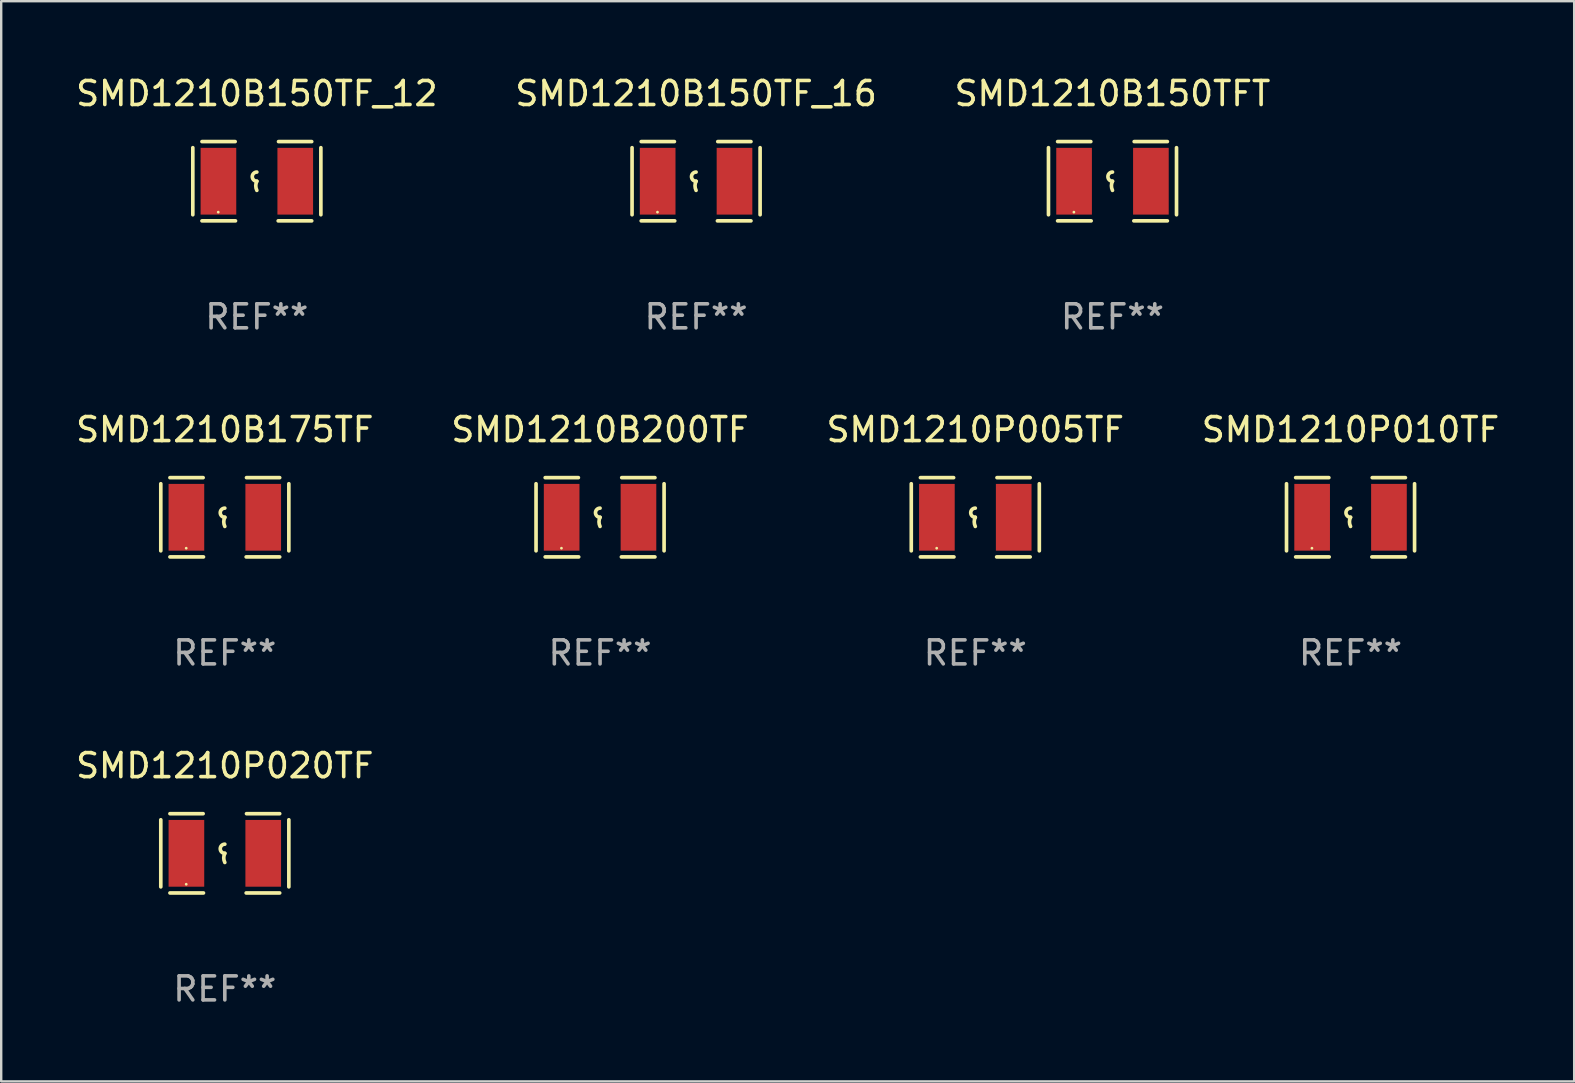
<source format=kicad_pcb>
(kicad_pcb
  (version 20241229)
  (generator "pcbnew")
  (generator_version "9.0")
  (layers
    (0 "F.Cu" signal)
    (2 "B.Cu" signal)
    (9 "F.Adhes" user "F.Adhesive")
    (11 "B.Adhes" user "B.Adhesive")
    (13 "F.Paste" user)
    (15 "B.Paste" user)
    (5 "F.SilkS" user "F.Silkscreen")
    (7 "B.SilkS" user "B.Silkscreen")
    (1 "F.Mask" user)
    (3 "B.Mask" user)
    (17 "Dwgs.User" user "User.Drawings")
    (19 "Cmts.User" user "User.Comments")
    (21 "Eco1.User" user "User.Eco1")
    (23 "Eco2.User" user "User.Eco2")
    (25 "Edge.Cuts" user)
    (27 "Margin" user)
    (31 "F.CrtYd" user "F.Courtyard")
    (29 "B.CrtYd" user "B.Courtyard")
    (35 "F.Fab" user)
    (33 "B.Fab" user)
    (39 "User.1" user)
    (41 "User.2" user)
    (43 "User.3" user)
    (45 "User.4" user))
  (footprint "SMD1210P010TF"
    (layer "F.Cu")
    (at 53.208 18.498)
    (property "Reference" "SMD1210P010TF" (at 0 -3.651 0) (layer "F.SilkS") (effects (font (size 1 1) (thickness 0.15))))
    (attr through_hole)
    (fp_line (start -2.667 -1.397) (end -2.667 1.397) (stroke (width 0.152) (type solid)) (layer "F.SilkS"))
    (fp_line (start -2.286 -1.651) (end -0.903 -1.651) (stroke (width 0.152) (type solid)) (layer "F.SilkS"))
    (fp_line (start -0.889 1.651) (end -2.286 1.651) (stroke (width 0.152) (type solid)) (layer "F.SilkS"))
    (fp_line (start 0.889 1.651) (end 2.286 1.651) (stroke (width 0.152) (type solid)) (layer "F.SilkS"))
    (fp_line (start 2.286 -1.651) (end 0.903 -1.651) (stroke (width 0.152) (type solid)) (layer "F.SilkS"))
    (fp_line (start 2.667 -1.397) (end 2.667 1.397) (stroke (width 0.152) (type solid)) (layer "F.SilkS"))
    (fp_arc (start 0 0) (mid -0.1905 -0.1905) (end 0 -0.381) (stroke (width 0.151994) (type solid)) (layer "F.SilkS"))
    (fp_arc (start 0 0.381001) (mid -0.044971 0.1905) (end 0 0) (stroke (width 0.151994) (type solid)) (layer "F.SilkS"))
    (fp_circle (center -1.608 1.288) (end -1.578 1.288) (stroke (width 0.06) (type solid)) (fill no) (layer "F.SilkS"))
    (fp_text user "REF**" (at 0 5.651 0) (layer "F.Fab") (effects (font (size 1 1) (thickness 0.15))))
    (pad "1" smd rect (at -1.6 0) (size 1.485 2.781) (layers "F.Cu" "F.Mask" "F.Paste"))
    (pad "2" smd rect (at 1.6 0) (size 1.485 2.781) (layers "F.Cu" "F.Mask" "F.Paste")))
  (footprint "SMD1210P020TF"
    (layer "F.Cu")
    (at 6.315 32.496)
    (property "Reference" "SMD1210P020TF" (at 0 -3.651 0) (layer "F.SilkS") (effects (font (size 1 1) (thickness 0.15))))
    (attr through_hole)
    (fp_line (start -2.667 -1.397) (end -2.667 1.397) (stroke (width 0.152) (type solid)) (layer "F.SilkS"))
    (fp_line (start -2.286 -1.651) (end -0.903 -1.651) (stroke (width 0.152) (type solid)) (layer "F.SilkS"))
    (fp_line (start -0.889 1.651) (end -2.286 1.651) (stroke (width 0.152) (type solid)) (layer "F.SilkS"))
    (fp_line (start 0.889 1.651) (end 2.286 1.651) (stroke (width 0.152) (type solid)) (layer "F.SilkS"))
    (fp_line (start 2.286 -1.651) (end 0.903 -1.651) (stroke (width 0.152) (type solid)) (layer "F.SilkS"))
    (fp_line (start 2.667 -1.397) (end 2.667 1.397) (stroke (width 0.152) (type solid)) (layer "F.SilkS"))
    (fp_arc (start 0 0) (mid -0.1905 -0.1905) (end 0 -0.381) (stroke (width 0.151994) (type solid)) (layer "F.SilkS"))
    (fp_arc (start 0 0.381001) (mid -0.044971 0.1905) (end 0 0) (stroke (width 0.151994) (type solid)) (layer "F.SilkS"))
    (fp_circle (center -1.608 1.288) (end -1.578 1.288) (stroke (width 0.06) (type solid)) (fill no) (layer "F.SilkS"))
    (fp_text user "REF**" (at 0 5.651 0) (layer "F.Fab") (effects (font (size 1 1) (thickness 0.15))))
    (pad "1" smd rect (at -1.6 0) (size 1.485 2.781) (layers "F.Cu" "F.Mask" "F.Paste"))
    (pad "2" smd rect (at 1.6 0) (size 1.485 2.781) (layers "F.Cu" "F.Mask" "F.Paste")))
  (footprint "SMD1210B150TF_16"
    (layer "F.Cu")
    (at 25.946 4.499)
    (property "Reference" "SMD1210B150TF_16" (at 0 -3.651 0) (layer "F.SilkS") (effects (font (size 1 1) (thickness 0.15))))
    (attr through_hole)
    (fp_line (start -2.667 -1.397) (end -2.667 1.397) (stroke (width 0.152) (type solid)) (layer "F.SilkS"))
    (fp_line (start -2.286 -1.651) (end -0.903 -1.651) (stroke (width 0.152) (type solid)) (layer "F.SilkS"))
    (fp_line (start -0.889 1.651) (end -2.286 1.651) (stroke (width 0.152) (type solid)) (layer "F.SilkS"))
    (fp_line (start 0.889 1.651) (end 2.286 1.651) (stroke (width 0.152) (type solid)) (layer "F.SilkS"))
    (fp_line (start 2.286 -1.651) (end 0.903 -1.651) (stroke (width 0.152) (type solid)) (layer "F.SilkS"))
    (fp_line (start 2.667 -1.397) (end 2.667 1.397) (stroke (width 0.152) (type solid)) (layer "F.SilkS"))
    (fp_arc (start 0 0) (mid -0.1905 -0.1905) (end 0 -0.381) (stroke (width 0.151994) (type solid)) (layer "F.SilkS"))
    (fp_arc (start 0 0.381001) (mid -0.044971 0.1905) (end 0 0) (stroke (width 0.151994) (type solid)) (layer "F.SilkS"))
    (fp_circle (center -1.608 1.288) (end -1.578 1.288) (stroke (width 0.06) (type solid)) (fill no) (layer "F.SilkS"))
    (fp_text user "REF**" (at 0 5.651 0) (layer "F.Fab") (effects (font (size 1 1) (thickness 0.15))))
    (pad "1" smd rect (at -1.6 0) (size 1.485 2.781) (layers "F.Cu" "F.Mask" "F.Paste"))
    (pad "2" smd rect (at 1.6 0) (size 1.485 2.781) (layers "F.Cu" "F.Mask" "F.Paste")))
  (footprint "SMD1210B150TF_12"
    (layer "F.Cu")
    (at 7.649 4.499)
    (property "Reference" "SMD1210B150TF_12" (at 0 -3.651 0) (layer "F.SilkS") (effects (font (size 1 1) (thickness 0.15))))
    (attr through_hole)
    (fp_line (start -2.667 -1.397) (end -2.667 1.397) (stroke (width 0.152) (type solid)) (layer "F.SilkS"))
    (fp_line (start -2.286 -1.651) (end -0.903 -1.651) (stroke (width 0.152) (type solid)) (layer "F.SilkS"))
    (fp_line (start -0.889 1.651) (end -2.286 1.651) (stroke (width 0.152) (type solid)) (layer "F.SilkS"))
    (fp_line (start 0.889 1.651) (end 2.286 1.651) (stroke (width 0.152) (type solid)) (layer "F.SilkS"))
    (fp_line (start 2.286 -1.651) (end 0.903 -1.651) (stroke (width 0.152) (type solid)) (layer "F.SilkS"))
    (fp_line (start 2.667 -1.397) (end 2.667 1.397) (stroke (width 0.152) (type solid)) (layer "F.SilkS"))
    (fp_arc (start 0 0) (mid -0.1905 -0.1905) (end 0 -0.381) (stroke (width 0.151994) (type solid)) (layer "F.SilkS"))
    (fp_arc (start 0 0.381001) (mid -0.044971 0.1905) (end 0 0) (stroke (width 0.151994) (type solid)) (layer "F.SilkS"))
    (fp_circle (center -1.608 1.288) (end -1.578 1.288) (stroke (width 0.06) (type solid)) (fill no) (layer "F.SilkS"))
    (fp_text user "REF**" (at 0 5.651 0) (layer "F.Fab") (effects (font (size 1 1) (thickness 0.15))))
    (pad "1" smd rect (at -1.6 0) (size 1.485 2.781) (layers "F.Cu" "F.Mask" "F.Paste"))
    (pad "2" smd rect (at 1.6 0) (size 1.485 2.781) (layers "F.Cu" "F.Mask" "F.Paste")))
  (footprint "SMD1210B200TF"
    (layer "F.Cu")
    (at 21.946 18.498)
    (property "Reference" "SMD1210B200TF" (at 0 -3.651 0) (layer "F.SilkS") (effects (font (size 1 1) (thickness 0.15))))
    (attr through_hole)
    (fp_line (start -2.667 -1.397) (end -2.667 1.397) (stroke (width 0.152) (type solid)) (layer "F.SilkS"))
    (fp_line (start -2.286 -1.651) (end -0.903 -1.651) (stroke (width 0.152) (type solid)) (layer "F.SilkS"))
    (fp_line (start -0.889 1.651) (end -2.286 1.651) (stroke (width 0.152) (type solid)) (layer "F.SilkS"))
    (fp_line (start 0.889 1.651) (end 2.286 1.651) (stroke (width 0.152) (type solid)) (layer "F.SilkS"))
    (fp_line (start 2.286 -1.651) (end 0.903 -1.651) (stroke (width 0.152) (type solid)) (layer "F.SilkS"))
    (fp_line (start 2.667 -1.397) (end 2.667 1.397) (stroke (width 0.152) (type solid)) (layer "F.SilkS"))
    (fp_arc (start 0 0) (mid -0.1905 -0.1905) (end 0 -0.381) (stroke (width 0.151994) (type solid)) (layer "F.SilkS"))
    (fp_arc (start 0 0.381001) (mid -0.044971 0.1905) (end 0 0) (stroke (width 0.151994) (type solid)) (layer "F.SilkS"))
    (fp_circle (center -1.608 1.288) (end -1.578 1.288) (stroke (width 0.06) (type solid)) (fill no) (layer "F.SilkS"))
    (fp_text user "REF**" (at 0 5.651 0) (layer "F.Fab") (effects (font (size 1 1) (thickness 0.15))))
    (pad "1" smd rect (at -1.6 0) (size 1.485 2.781) (layers "F.Cu" "F.Mask" "F.Paste"))
    (pad "2" smd rect (at 1.6 0) (size 1.485 2.781) (layers "F.Cu" "F.Mask" "F.Paste")))
  (footprint "SMD1210P005TF"
    (layer "F.Cu")
    (at 37.577 18.498)
    (property "Reference" "SMD1210P005TF" (at 0 -3.651 0) (layer "F.SilkS") (effects (font (size 1 1) (thickness 0.15))))
    (attr through_hole)
    (fp_line (start -2.667 -1.397) (end -2.667 1.397) (stroke (width 0.152) (type solid)) (layer "F.SilkS"))
    (fp_line (start -2.286 -1.651) (end -0.903 -1.651) (stroke (width 0.152) (type solid)) (layer "F.SilkS"))
    (fp_line (start -0.889 1.651) (end -2.286 1.651) (stroke (width 0.152) (type solid)) (layer "F.SilkS"))
    (fp_line (start 0.889 1.651) (end 2.286 1.651) (stroke (width 0.152) (type solid)) (layer "F.SilkS"))
    (fp_line (start 2.286 -1.651) (end 0.903 -1.651) (stroke (width 0.152) (type solid)) (layer "F.SilkS"))
    (fp_line (start 2.667 -1.397) (end 2.667 1.397) (stroke (width 0.152) (type solid)) (layer "F.SilkS"))
    (fp_arc (start 0 0) (mid -0.1905 -0.1905) (end 0 -0.381) (stroke (width 0.151994) (type solid)) (layer "F.SilkS"))
    (fp_arc (start 0 0.381001) (mid -0.044971 0.1905) (end 0 0) (stroke (width 0.151994) (type solid)) (layer "F.SilkS"))
    (fp_circle (center -1.608 1.288) (end -1.578 1.288) (stroke (width 0.06) (type solid)) (fill no) (layer "F.SilkS"))
    (fp_text user "REF**" (at 0 5.651 0) (layer "F.Fab") (effects (font (size 1 1) (thickness 0.15))))
    (pad "1" smd rect (at -1.6 0) (size 1.485 2.781) (layers "F.Cu" "F.Mask" "F.Paste"))
    (pad "2" smd rect (at 1.6 0) (size 1.485 2.781) (layers "F.Cu" "F.Mask" "F.Paste")))
  (footprint "SMD1210B175TF"
    (layer "F.Cu")
    (at 6.315 18.498)
    (property "Reference" "SMD1210B175TF" (at 0 -3.651 0) (layer "F.SilkS") (effects (font (size 1 1) (thickness 0.15))))
    (attr through_hole)
    (fp_line (start -2.667 -1.397) (end -2.667 1.397) (stroke (width 0.152) (type solid)) (layer "F.SilkS"))
    (fp_line (start -2.286 -1.651) (end -0.903 -1.651) (stroke (width 0.152) (type solid)) (layer "F.SilkS"))
    (fp_line (start -0.889 1.651) (end -2.286 1.651) (stroke (width 0.152) (type solid)) (layer "F.SilkS"))
    (fp_line (start 0.889 1.651) (end 2.286 1.651) (stroke (width 0.152) (type solid)) (layer "F.SilkS"))
    (fp_line (start 2.286 -1.651) (end 0.903 -1.651) (stroke (width 0.152) (type solid)) (layer "F.SilkS"))
    (fp_line (start 2.667 -1.397) (end 2.667 1.397) (stroke (width 0.152) (type solid)) (layer "F.SilkS"))
    (fp_arc (start 0 0) (mid -0.1905 -0.1905) (end 0 -0.381) (stroke (width 0.151994) (type solid)) (layer "F.SilkS"))
    (fp_arc (start 0 0.381001) (mid -0.044971 0.1905) (end 0 0) (stroke (width 0.151994) (type solid)) (layer "F.SilkS"))
    (fp_circle (center -1.608 1.288) (end -1.578 1.288) (stroke (width 0.06) (type solid)) (fill no) (layer "F.SilkS"))
    (fp_text user "REF**" (at 0 5.651 0) (layer "F.Fab") (effects (font (size 1 1) (thickness 0.15))))
    (pad "1" smd rect (at -1.6 0) (size 1.485 2.781) (layers "F.Cu" "F.Mask" "F.Paste"))
    (pad "2" smd rect (at 1.6 0) (size 1.485 2.781) (layers "F.Cu" "F.Mask" "F.Paste")))
  (footprint "SMD1210B150TFT"
    (layer "F.Cu")
    (at 43.292 4.499)
    (property "Reference" "SMD1210B150TFT" (at 0 -3.651 0) (layer "F.SilkS") (effects (font (size 1 1) (thickness 0.15))))
    (attr through_hole)
    (fp_line (start -2.667 -1.397) (end -2.667 1.397) (stroke (width 0.152) (type solid)) (layer "F.SilkS"))
    (fp_line (start -2.286 -1.651) (end -0.903 -1.651) (stroke (width 0.152) (type solid)) (layer "F.SilkS"))
    (fp_line (start -0.889 1.651) (end -2.286 1.651) (stroke (width 0.152) (type solid)) (layer "F.SilkS"))
    (fp_line (start 0.889 1.651) (end 2.286 1.651) (stroke (width 0.152) (type solid)) (layer "F.SilkS"))
    (fp_line (start 2.286 -1.651) (end 0.903 -1.651) (stroke (width 0.152) (type solid)) (layer "F.SilkS"))
    (fp_line (start 2.667 -1.397) (end 2.667 1.397) (stroke (width 0.152) (type solid)) (layer "F.SilkS"))
    (fp_arc (start 0 0) (mid -0.1905 -0.1905) (end 0 -0.381) (stroke (width 0.151994) (type solid)) (layer "F.SilkS"))
    (fp_arc (start 0 0.381001) (mid -0.044971 0.1905) (end 0 0) (stroke (width 0.151994) (type solid)) (layer "F.SilkS"))
    (fp_circle (center -1.608 1.288) (end -1.578 1.288) (stroke (width 0.06) (type solid)) (fill no) (layer "F.SilkS"))
    (fp_text user "REF**" (at 0 5.651 0) (layer "F.Fab") (effects (font (size 1 1) (thickness 0.15))))
    (pad "1" smd rect (at -1.6 0) (size 1.485 2.781) (layers "F.Cu" "F.Mask" "F.Paste"))
    (pad "2" smd rect (at 1.6 0) (size 1.485 2.781) (layers "F.Cu" "F.Mask" "F.Paste")))
  (gr_rect
    (start -3 -3)
    (end 62.524 41.996)
    (stroke (width 0.1) (type default))
    (fill no)
    (layer "Edge.Cuts")))
</source>
